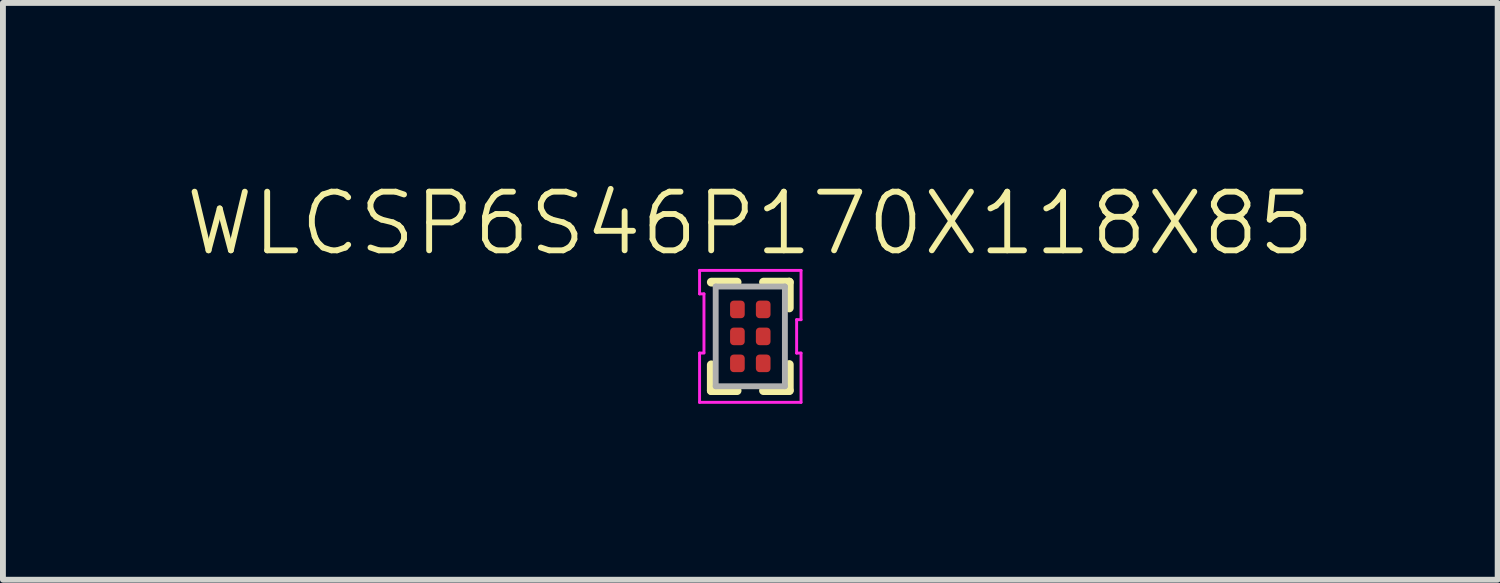
<source format=kicad_pcb>
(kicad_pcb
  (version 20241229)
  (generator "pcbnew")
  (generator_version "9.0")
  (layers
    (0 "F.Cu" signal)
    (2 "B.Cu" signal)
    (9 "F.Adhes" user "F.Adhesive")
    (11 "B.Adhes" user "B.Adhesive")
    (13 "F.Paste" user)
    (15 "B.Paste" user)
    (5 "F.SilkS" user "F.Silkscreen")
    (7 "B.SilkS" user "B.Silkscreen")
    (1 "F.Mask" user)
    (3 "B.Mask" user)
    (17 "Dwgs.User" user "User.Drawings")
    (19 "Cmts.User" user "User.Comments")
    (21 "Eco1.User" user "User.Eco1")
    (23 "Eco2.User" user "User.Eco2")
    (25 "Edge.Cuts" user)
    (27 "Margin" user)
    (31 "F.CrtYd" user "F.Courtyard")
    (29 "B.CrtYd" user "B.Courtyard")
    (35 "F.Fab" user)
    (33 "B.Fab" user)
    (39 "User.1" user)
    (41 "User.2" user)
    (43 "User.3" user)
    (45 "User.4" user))
  (footprint "WLCSP6S46P170X118X85"
    (layer "F.Cu")
    (at 9.744 2.686)
    (property "Reference" "WLCSP6S46P170X118X85" (at 0 -1.925 0) (unlocked yes) (layer "F.SilkS") (effects (font (size 1 1) (thickness 0.1))))
    (attr smd)
    (fp_line (start -0.665 0.925) (end -0.665 0.485) (stroke (width 0.15) (type default)) (layer "F.SilkS"))
    (fp_line (start -0.225 -0.925) (end -0.665 -0.925) (stroke (width 0.15) (type default)) (layer "F.SilkS"))
    (fp_line (start -0.225 0.925) (end -0.665 0.925) (stroke (width 0.15) (type default)) (layer "F.SilkS"))
    (fp_line (start 0.225 -0.925) (end 0.665 -0.925) (stroke (width 0.15) (type default)) (layer "F.SilkS"))
    (fp_line (start 0.665 -0.925) (end 0.665 -0.485) (stroke (width 0.15) (type default)) (layer "F.SilkS"))
    (fp_line (start 0.665 0.48) (end 0.665 0.92) (stroke (width 0.15) (type default)) (layer "F.SilkS"))
    (fp_line (start 0.665 0.925) (end 0.225 0.925) (stroke (width 0.15) (type default)) (layer "F.SilkS"))
    (fp_line (start -0.865 -1.125) (end -0.865 -0.725) (stroke (width 0.05) (type default)) (layer "F.CrtYd"))
    (fp_line (start -0.865 -1.125) (end 0.865 -1.125) (stroke (width 0.05) (type default)) (layer "F.CrtYd"))
    (fp_line (start -0.865 -0.725) (end -0.79 -0.725) (stroke (width 0.05) (type default)) (layer "F.CrtYd"))
    (fp_line (start -0.865 0.285) (end -0.79 0.285) (stroke (width 0.05) (type default)) (layer "F.CrtYd"))
    (fp_line (start -0.865 1.125) (end -0.865 0.285) (stroke (width 0.05) (type default)) (layer "F.CrtYd"))
    (fp_line (start -0.79 -0.725) (end -0.79 0.275) (stroke (width 0.05) (type default)) (layer "F.CrtYd"))
    (fp_line (start 0.79 -0.285) (end 0.79 0.285) (stroke (width 0.05) (type default)) (layer "F.CrtYd"))
    (fp_line (start 0.79 -0.285) (end 0.865 -0.285) (stroke (width 0.05) (type default)) (layer "F.CrtYd"))
    (fp_line (start 0.79 0.285) (end 0.865 0.285) (stroke (width 0.05) (type default)) (layer "F.CrtYd"))
    (fp_line (start 0.865 -0.285) (end 0.865 -1.125) (stroke (width 0.05) (type default)) (layer "F.CrtYd"))
    (fp_line (start 0.865 1.125) (end -0.865 1.125) (stroke (width 0.05) (type default)) (layer "F.CrtYd"))
    (fp_line (start 0.865 1.125) (end 0.865 0.285) (stroke (width 0.05) (type default)) (layer "F.CrtYd"))
    (fp_line (start -0.59 -0.85) (end -0.59 0.85) (stroke (width 0.1) (type default)) (layer "F.Fab"))
    (fp_line (start -0.59 -0.85) (end 0.59 -0.85) (stroke (width 0.1) (type default)) (layer "F.Fab"))
    (fp_line (start -0.59 0.85) (end 0.59 0.85) (stroke (width 0.1) (type default)) (layer "F.Fab"))
    (fp_line (start 0.59 -0.85) (end 0.59 0.85) (stroke (width 0.1) (type default)) (layer "F.Fab"))
    (fp_line (start -0.59 -0.85) (end 0.59 -0.85) (stroke (width 0.1) (type default)) (layer "User.2"))
    (fp_line (start -0.59 0.85) (end -0.59 -0.845) (stroke (width 0.1) (type default)) (layer "User.2"))
    (fp_line (start -0.35 0) (end 0.35 0) (stroke (width 0.1) (type default)) (layer "User.2"))
    (fp_line (start 0 -0.35) (end 0 0.35) (stroke (width 0.1) (type default)) (layer "User.2"))
    (fp_line (start 0.59 -0.85) (end 0.59 0.85) (stroke (width 0.1) (type default)) (layer "User.2"))
    (fp_line (start 0.59 0.85) (end -0.59 0.85) (stroke (width 0.1) (type default)) (layer "User.2"))
    (fp_circle (center 0 0) (end 0 0.25) (stroke (width 0.1) (type default)) (fill no) (layer "User.2"))
    (fp_text user "${REFERENCE}" (at 0 0 0) (unlocked yes) (layer "User.3") (effects (font (size 1 1) (thickness 0.15))))
    (pad "1" smd roundrect (at -0.22 -0.46) (size 0.25 0.3) (layers "F.Cu" "F.Mask" "F.Paste") (roundrect_rratio 0.25))
    (pad "2" smd roundrect (at -0.22 0) (size 0.25 0.3) (layers "F.Cu" "F.Mask" "F.Paste") (roundrect_rratio 0.25))
    (pad "3" smd roundrect (at -0.22 0.46) (size 0.25 0.3) (layers "F.Cu" "F.Mask" "F.Paste") (roundrect_rratio 0.25))
    (pad "4" smd roundrect (at 0.22 0.46) (size 0.25 0.3) (layers "F.Cu" "F.Mask" "F.Paste") (roundrect_rratio 0.25))
    (pad "5" smd roundrect (at 0.22 0) (size 0.25 0.3) (layers "F.Cu" "F.Mask" "F.Paste") (roundrect_rratio 0.25))
    (pad "6" smd roundrect (at 0.22 -0.46) (size 0.25 0.3) (layers "F.Cu" "F.Mask" "F.Paste") (roundrect_rratio 0.25)))
  (gr_rect
    (start -3 -3)
    (end 22.488 6.835)
    (stroke (width 0.1) (type default))
    (fill no)
    (layer "Edge.Cuts")))
</source>
